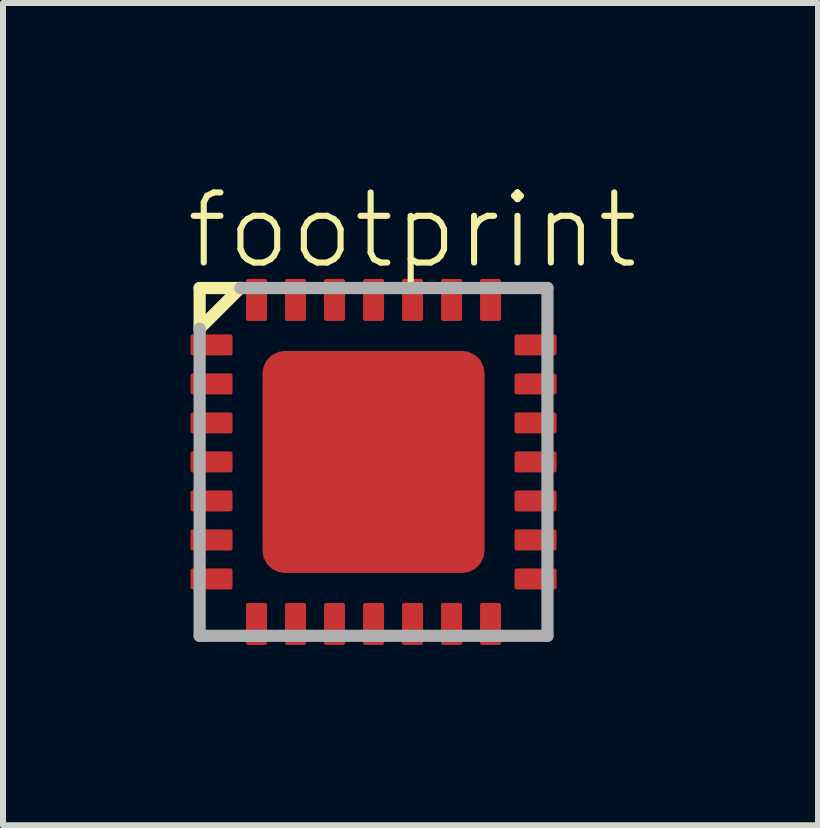
<source format=kicad_pcb>
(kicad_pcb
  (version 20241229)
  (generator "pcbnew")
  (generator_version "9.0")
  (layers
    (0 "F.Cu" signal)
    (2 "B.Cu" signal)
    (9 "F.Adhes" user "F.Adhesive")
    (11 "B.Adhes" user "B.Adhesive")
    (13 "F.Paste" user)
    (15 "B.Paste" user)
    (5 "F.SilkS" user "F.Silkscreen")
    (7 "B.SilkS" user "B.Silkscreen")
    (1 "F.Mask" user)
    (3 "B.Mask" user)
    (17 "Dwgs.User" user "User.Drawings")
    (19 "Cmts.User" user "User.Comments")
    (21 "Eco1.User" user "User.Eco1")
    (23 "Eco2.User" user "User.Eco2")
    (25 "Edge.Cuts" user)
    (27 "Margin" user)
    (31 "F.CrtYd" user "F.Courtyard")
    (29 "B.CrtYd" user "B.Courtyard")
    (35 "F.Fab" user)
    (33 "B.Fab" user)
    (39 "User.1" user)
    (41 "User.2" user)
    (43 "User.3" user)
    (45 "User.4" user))
  (footprint "footprint"
    (layer "F.Cu")
    (at 3.175 4.648)
    (property "Reference" "footprint" (at -3.175 -3.175 0) (layer "F.SilkS") (effects (font (size 1.168 1.168) (thickness 0.102)) (justify left bottom)))
    (fp_poly (pts (xy -3.055 -1.768) (xy -2.346 -1.768) (xy -2.346 -2.132) (xy -3.055 -2.132)) (stroke (width 0) (type solid)) (fill yes) (layer "F.Mask"))
    (fp_poly (pts (xy -3.055 -1.118) (xy -2.346 -1.118) (xy -2.346 -1.482) (xy -3.055 -1.482)) (stroke (width 0) (type solid)) (fill yes) (layer "F.Mask"))
    (fp_poly (pts (xy -3.055 -0.468) (xy -2.346 -0.468) (xy -2.346 -0.832) (xy -3.055 -0.832)) (stroke (width 0) (type solid)) (fill yes) (layer "F.Mask"))
    (fp_poly (pts (xy -3.055 0.182) (xy -2.346 0.182) (xy -2.346 -0.182) (xy -3.055 -0.182)) (stroke (width 0) (type solid)) (fill yes) (layer "F.Mask"))
    (fp_poly (pts (xy -3.055 0.832) (xy -2.346 0.832) (xy -2.346 0.468) (xy -3.055 0.468)) (stroke (width 0) (type solid)) (fill yes) (layer "F.Mask"))
    (fp_poly (pts (xy -3.055 1.482) (xy -2.346 1.482) (xy -2.346 1.118) (xy -3.055 1.118)) (stroke (width 0) (type solid)) (fill yes) (layer "F.Mask"))
    (fp_poly (pts (xy -3.055 2.132) (xy -2.346 2.132) (xy -2.346 1.768) (xy -3.055 1.768)) (stroke (width 0) (type solid)) (fill yes) (layer "F.Mask"))
    (fp_poly (pts (xy -2.132 -3.055) (xy -2.132 -2.346) (xy -1.768 -2.346) (xy -1.768 -3.055)) (stroke (width 0) (type solid)) (fill yes) (layer "F.Mask"))
    (fp_poly (pts (xy -1.859 1.859) (xy 1.859 1.859) (xy 1.859 -1.859) (xy -1.859 -1.859)) (stroke (width 0) (type solid)) (fill yes) (layer "F.Mask"))
    (fp_poly (pts (xy -1.768 3.055) (xy -1.768 2.346) (xy -2.132 2.346) (xy -2.132 3.055)) (stroke (width 0) (type solid)) (fill yes) (layer "F.Mask"))
    (fp_poly (pts (xy -1.482 -3.055) (xy -1.482 -2.346) (xy -1.118 -2.346) (xy -1.118 -3.055)) (stroke (width 0) (type solid)) (fill yes) (layer "F.Mask"))
    (fp_poly (pts (xy -1.118 3.055) (xy -1.118 2.346) (xy -1.482 2.346) (xy -1.482 3.055)) (stroke (width 0) (type solid)) (fill yes) (layer "F.Mask"))
    (fp_poly (pts (xy -0.832 -3.055) (xy -0.832 -2.346) (xy -0.468 -2.346) (xy -0.468 -3.055)) (stroke (width 0) (type solid)) (fill yes) (layer "F.Mask"))
    (fp_poly (pts (xy -0.468 3.055) (xy -0.468 2.346) (xy -0.832 2.346) (xy -0.832 3.055)) (stroke (width 0) (type solid)) (fill yes) (layer "F.Mask"))
    (fp_poly (pts (xy -0.182 -3.055) (xy -0.182 -2.346) (xy 0.182 -2.346) (xy 0.182 -3.055)) (stroke (width 0) (type solid)) (fill yes) (layer "F.Mask"))
    (fp_poly (pts (xy 0.182 3.055) (xy 0.182 2.346) (xy -0.182 2.346) (xy -0.182 3.055)) (stroke (width 0) (type solid)) (fill yes) (layer "F.Mask"))
    (fp_poly (pts (xy 0.468 -3.055) (xy 0.468 -2.346) (xy 0.832 -2.346) (xy 0.832 -3.055)) (stroke (width 0) (type solid)) (fill yes) (layer "F.Mask"))
    (fp_poly (pts (xy 0.832 3.055) (xy 0.832 2.346) (xy 0.468 2.346) (xy 0.468 3.055)) (stroke (width 0) (type solid)) (fill yes) (layer "F.Mask"))
    (fp_poly (pts (xy 1.118 -3.055) (xy 1.118 -2.346) (xy 1.482 -2.346) (xy 1.482 -3.055)) (stroke (width 0) (type solid)) (fill yes) (layer "F.Mask"))
    (fp_poly (pts (xy 1.482 3.055) (xy 1.482 2.346) (xy 1.118 2.346) (xy 1.118 3.055)) (stroke (width 0) (type solid)) (fill yes) (layer "F.Mask"))
    (fp_poly (pts (xy 1.768 -3.055) (xy 1.768 -2.346) (xy 2.132 -2.346) (xy 2.132 -3.055)) (stroke (width 0) (type solid)) (fill yes) (layer "F.Mask"))
    (fp_poly (pts (xy 2.132 3.055) (xy 2.132 2.346) (xy 1.768 2.346) (xy 1.768 3.055)) (stroke (width 0) (type solid)) (fill yes) (layer "F.Mask"))
    (fp_poly (pts (xy 3.055 -2.132) (xy 2.346 -2.132) (xy 2.346 -1.768) (xy 3.055 -1.768)) (stroke (width 0) (type solid)) (fill yes) (layer "F.Mask"))
    (fp_poly (pts (xy 3.055 -1.482) (xy 2.346 -1.482) (xy 2.346 -1.118) (xy 3.055 -1.118)) (stroke (width 0) (type solid)) (fill yes) (layer "F.Mask"))
    (fp_poly (pts (xy 3.055 -0.832) (xy 2.346 -0.832) (xy 2.346 -0.468) (xy 3.055 -0.468)) (stroke (width 0) (type solid)) (fill yes) (layer "F.Mask"))
    (fp_poly (pts (xy 3.055 -0.182) (xy 2.346 -0.182) (xy 2.346 0.182) (xy 3.055 0.182)) (stroke (width 0) (type solid)) (fill yes) (layer "F.Mask"))
    (fp_poly (pts (xy 3.055 0.468) (xy 2.346 0.468) (xy 2.346 0.832) (xy 3.055 0.832)) (stroke (width 0) (type solid)) (fill yes) (layer "F.Mask"))
    (fp_poly (pts (xy 3.055 1.118) (xy 2.346 1.118) (xy 2.346 1.482) (xy 3.055 1.482)) (stroke (width 0) (type solid)) (fill yes) (layer "F.Mask"))
    (fp_poly (pts (xy 3.055 1.768) (xy 2.346 1.768) (xy 2.346 2.132) (xy 3.055 2.132)) (stroke (width 0) (type solid)) (fill yes) (layer "F.Mask"))
    (fp_line (start -2.898 -2.898) (end -2.22 -2.898) (stroke (width 0.203) (type solid)) (layer "F.SilkS"))
    (fp_line (start -2.898 -2.222) (end -2.898 -2.898) (stroke (width 0.203) (type solid)) (layer "F.SilkS"))
    (fp_line (start -2.22 -2.9) (end -2.898 -2.222) (stroke (width 0.203) (type solid)) (layer "F.SilkS"))
    (fp_line (start -2.22 -2.898) (end -2.22 -2.9) (stroke (width 0.203) (type solid)) (layer "F.SilkS"))
    (fp_poly (pts (xy -3.042 -1.788) (xy -2.36 -1.788) (xy -2.36 -2.112) (xy -3.042 -2.112)) (stroke (width 0) (type solid)) (fill yes) (layer "F.Paste"))
    (fp_poly (pts (xy -3.042 -1.137) (xy -2.36 -1.137) (xy -2.36 -1.462) (xy -3.042 -1.462)) (stroke (width 0) (type solid)) (fill yes) (layer "F.Paste"))
    (fp_poly (pts (xy -3.042 -0.487) (xy -2.36 -0.487) (xy -2.36 -0.812) (xy -3.042 -0.812)) (stroke (width 0) (type solid)) (fill yes) (layer "F.Paste"))
    (fp_poly (pts (xy -3.042 0.163) (xy -2.36 0.163) (xy -2.36 -0.163) (xy -3.042 -0.163)) (stroke (width 0) (type solid)) (fill yes) (layer "F.Paste"))
    (fp_poly (pts (xy -3.042 0.812) (xy -2.36 0.812) (xy -2.36 0.487) (xy -3.042 0.487)) (stroke (width 0) (type solid)) (fill yes) (layer "F.Paste"))
    (fp_poly (pts (xy -3.042 1.462) (xy -2.36 1.462) (xy -2.36 1.137) (xy -3.042 1.137)) (stroke (width 0) (type solid)) (fill yes) (layer "F.Paste"))
    (fp_poly (pts (xy -3.042 2.112) (xy -2.36 2.112) (xy -2.36 1.788) (xy -3.042 1.788)) (stroke (width 0) (type solid)) (fill yes) (layer "F.Paste"))
    (fp_poly (pts (xy -2.112 -3.042) (xy -2.112 -2.36) (xy -1.788 -2.36) (xy -1.788 -3.042)) (stroke (width 0) (type solid)) (fill yes) (layer "F.Paste"))
    (fp_poly (pts (xy -1.788 3.042) (xy -1.788 2.36) (xy -2.112 2.36) (xy -2.112 3.042)) (stroke (width 0) (type solid)) (fill yes) (layer "F.Paste"))
    (fp_poly (pts (xy -1.736 1.736) (xy 1.736 1.736) (xy 1.736 -1.736) (xy -1.736 -1.736)) (stroke (width 0) (type solid)) (fill yes) (layer "F.Paste"))
    (fp_poly (pts (xy -1.462 -3.042) (xy -1.462 -2.36) (xy -1.137 -2.36) (xy -1.137 -3.042)) (stroke (width 0) (type solid)) (fill yes) (layer "F.Paste"))
    (fp_poly (pts (xy -1.137 3.042) (xy -1.137 2.36) (xy -1.462 2.36) (xy -1.462 3.042)) (stroke (width 0) (type solid)) (fill yes) (layer "F.Paste"))
    (fp_poly (pts (xy -0.812 -3.042) (xy -0.812 -2.36) (xy -0.487 -2.36) (xy -0.487 -3.042)) (stroke (width 0) (type solid)) (fill yes) (layer "F.Paste"))
    (fp_poly (pts (xy -0.487 3.042) (xy -0.487 2.36) (xy -0.812 2.36) (xy -0.812 3.042)) (stroke (width 0) (type solid)) (fill yes) (layer "F.Paste"))
    (fp_poly (pts (xy -0.163 -3.042) (xy -0.163 -2.36) (xy 0.163 -2.36) (xy 0.163 -3.042)) (stroke (width 0) (type solid)) (fill yes) (layer "F.Paste"))
    (fp_poly (pts (xy 0.163 3.042) (xy 0.163 2.36) (xy -0.163 2.36) (xy -0.163 3.042)) (stroke (width 0) (type solid)) (fill yes) (layer "F.Paste"))
    (fp_poly (pts (xy 0.487 -3.042) (xy 0.487 -2.36) (xy 0.812 -2.36) (xy 0.812 -3.042)) (stroke (width 0) (type solid)) (fill yes) (layer "F.Paste"))
    (fp_poly (pts (xy 0.812 3.042) (xy 0.812 2.36) (xy 0.487 2.36) (xy 0.487 3.042)) (stroke (width 0) (type solid)) (fill yes) (layer "F.Paste"))
    (fp_poly (pts (xy 1.137 -3.042) (xy 1.137 -2.36) (xy 1.462 -2.36) (xy 1.462 -3.042)) (stroke (width 0) (type solid)) (fill yes) (layer "F.Paste"))
    (fp_poly (pts (xy 1.462 3.042) (xy 1.462 2.36) (xy 1.137 2.36) (xy 1.137 3.042)) (stroke (width 0) (type solid)) (fill yes) (layer "F.Paste"))
    (fp_poly (pts (xy 1.788 -3.042) (xy 1.788 -2.36) (xy 2.112 -2.36) (xy 2.112 -3.042)) (stroke (width 0) (type solid)) (fill yes) (layer "F.Paste"))
    (fp_poly (pts (xy 2.112 3.042) (xy 2.112 2.36) (xy 1.788 2.36) (xy 1.788 3.042)) (stroke (width 0) (type solid)) (fill yes) (layer "F.Paste"))
    (fp_poly (pts (xy 3.042 -2.112) (xy 2.36 -2.112) (xy 2.36 -1.788) (xy 3.042 -1.788)) (stroke (width 0) (type solid)) (fill yes) (layer "F.Paste"))
    (fp_poly (pts (xy 3.042 -1.462) (xy 2.36 -1.462) (xy 2.36 -1.137) (xy 3.042 -1.137)) (stroke (width 0) (type solid)) (fill yes) (layer "F.Paste"))
    (fp_poly (pts (xy 3.042 -0.812) (xy 2.36 -0.812) (xy 2.36 -0.487) (xy 3.042 -0.487)) (stroke (width 0) (type solid)) (fill yes) (layer "F.Paste"))
    (fp_poly (pts (xy 3.042 -0.163) (xy 2.36 -0.163) (xy 2.36 0.163) (xy 3.042 0.163)) (stroke (width 0) (type solid)) (fill yes) (layer "F.Paste"))
    (fp_poly (pts (xy 3.042 0.487) (xy 2.36 0.487) (xy 2.36 0.812) (xy 3.042 0.812)) (stroke (width 0) (type solid)) (fill yes) (layer "F.Paste"))
    (fp_poly (pts (xy 3.042 1.137) (xy 2.36 1.137) (xy 2.36 1.462) (xy 3.042 1.462)) (stroke (width 0) (type solid)) (fill yes) (layer "F.Paste"))
    (fp_poly (pts (xy 3.042 1.788) (xy 2.36 1.788) (xy 2.36 2.112) (xy 3.042 2.112)) (stroke (width 0) (type solid)) (fill yes) (layer "F.Paste"))
    (fp_line (start -2.898 -2.222) (end -2.898 2.898) (stroke (width 0.203) (type solid)) (layer "F.Fab"))
    (fp_line (start -2.898 2.898) (end 2.898 2.898) (stroke (width 0.203) (type solid)) (layer "F.Fab"))
    (fp_line (start 2.898 -2.898) (end -2.22 -2.898) (stroke (width 0.203) (type solid)) (layer "F.Fab"))
    (fp_line (start 2.898 2.898) (end 2.898 -2.898) (stroke (width 0.203) (type solid)) (layer "F.Fab"))
    (pad "1" smd roundrect (at -2.7 -1.95) (size 0.7 0.35) (layers "F.Cu") (roundrect_rratio 0.1))
    (pad "2" smd roundrect (at -2.7 -1.3) (size 0.7 0.35) (layers "F.Cu") (roundrect_rratio 0.1))
    (pad "3" smd roundrect (at -2.7 -0.65) (size 0.7 0.35) (layers "F.Cu") (roundrect_rratio 0.1))
    (pad "4" smd roundrect (at -2.7 0) (size 0.7 0.35) (layers "F.Cu") (roundrect_rratio 0.1))
    (pad "5" smd roundrect (at -2.7 0.65) (size 0.7 0.35) (layers "F.Cu") (roundrect_rratio 0.1))
    (pad "6" smd roundrect (at -2.7 1.3) (size 0.7 0.35) (layers "F.Cu") (roundrect_rratio 0.1))
    (pad "7" smd roundrect (at -2.7 1.95) (size 0.7 0.35) (layers "F.Cu") (roundrect_rratio 0.1))
    (pad "8" smd roundrect (at -1.95 2.7) (size 0.35 0.7) (layers "F.Cu") (roundrect_rratio 0.1))
    (pad "9" smd roundrect (at -1.3 2.7) (size 0.35 0.7) (layers "F.Cu") (roundrect_rratio 0.1))
    (pad "10" smd roundrect (at -0.65 2.7) (size 0.35 0.7) (layers "F.Cu") (roundrect_rratio 0.1))
    (pad "11" smd roundrect (at 0 2.7) (size 0.35 0.7) (layers "F.Cu") (roundrect_rratio 0.1))
    (pad "12" smd roundrect (at 0.65 2.7) (size 0.35 0.7) (layers "F.Cu") (roundrect_rratio 0.1))
    (pad "13" smd roundrect (at 1.3 2.7) (size 0.35 0.7) (layers "F.Cu") (roundrect_rratio 0.1))
    (pad "14" smd roundrect (at 1.95 2.7) (size 0.35 0.7) (layers "F.Cu") (roundrect_rratio 0.1))
    (pad "15" smd roundrect (at 2.7 1.95) (size 0.7 0.35) (layers "F.Cu") (roundrect_rratio 0.1))
    (pad "16" smd roundrect (at 2.7 1.3) (size 0.7 0.35) (layers "F.Cu") (roundrect_rratio 0.1))
    (pad "17" smd roundrect (at 2.7 0.65) (size 0.7 0.35) (layers "F.Cu") (roundrect_rratio 0.1))
    (pad "18" smd roundrect (at 2.7 0) (size 0.7 0.35) (layers "F.Cu") (roundrect_rratio 0.1))
    (pad "19" smd roundrect (at 2.7 -0.65) (size 0.7 0.35) (layers "F.Cu") (roundrect_rratio 0.1))
    (pad "20" smd roundrect (at 2.7 -1.3) (size 0.7 0.35) (layers "F.Cu") (roundrect_rratio 0.1))
    (pad "21" smd roundrect (at 2.7 -1.95) (size 0.7 0.35) (layers "F.Cu") (roundrect_rratio 0.1))
    (pad "22" smd roundrect (at 1.95 -2.7) (size 0.35 0.7) (layers "F.Cu") (roundrect_rratio 0.1))
    (pad "23" smd roundrect (at 1.3 -2.7) (size 0.35 0.7) (layers "F.Cu") (roundrect_rratio 0.1))
    (pad "24" smd roundrect (at 0.65 -2.7) (size 0.35 0.7) (layers "F.Cu") (roundrect_rratio 0.1))
    (pad "25" smd roundrect (at 0 -2.7) (size 0.35 0.7) (layers "F.Cu") (roundrect_rratio 0.1))
    (pad "26" smd roundrect (at -0.65 -2.7) (size 0.35 0.7) (layers "F.Cu") (roundrect_rratio 0.1))
    (pad "27" smd roundrect (at -1.3 -2.7) (size 0.35 0.7) (layers "F.Cu") (roundrect_rratio 0.1))
    (pad "28" smd roundrect (at -1.95 -2.7) (size 0.35 0.7) (layers "F.Cu") (roundrect_rratio 0.1))
    (pad "EXP" smd roundrect (at 0 0) (size 3.7 3.7) (layers "F.Cu") (roundrect_rratio 0.1)))
  (gr_rect
    (start -3 -3)
    (end 10.582 10.703)
    (stroke (width 0.1) (type default))
    (fill no)
    (layer "Edge.Cuts")))
</source>
